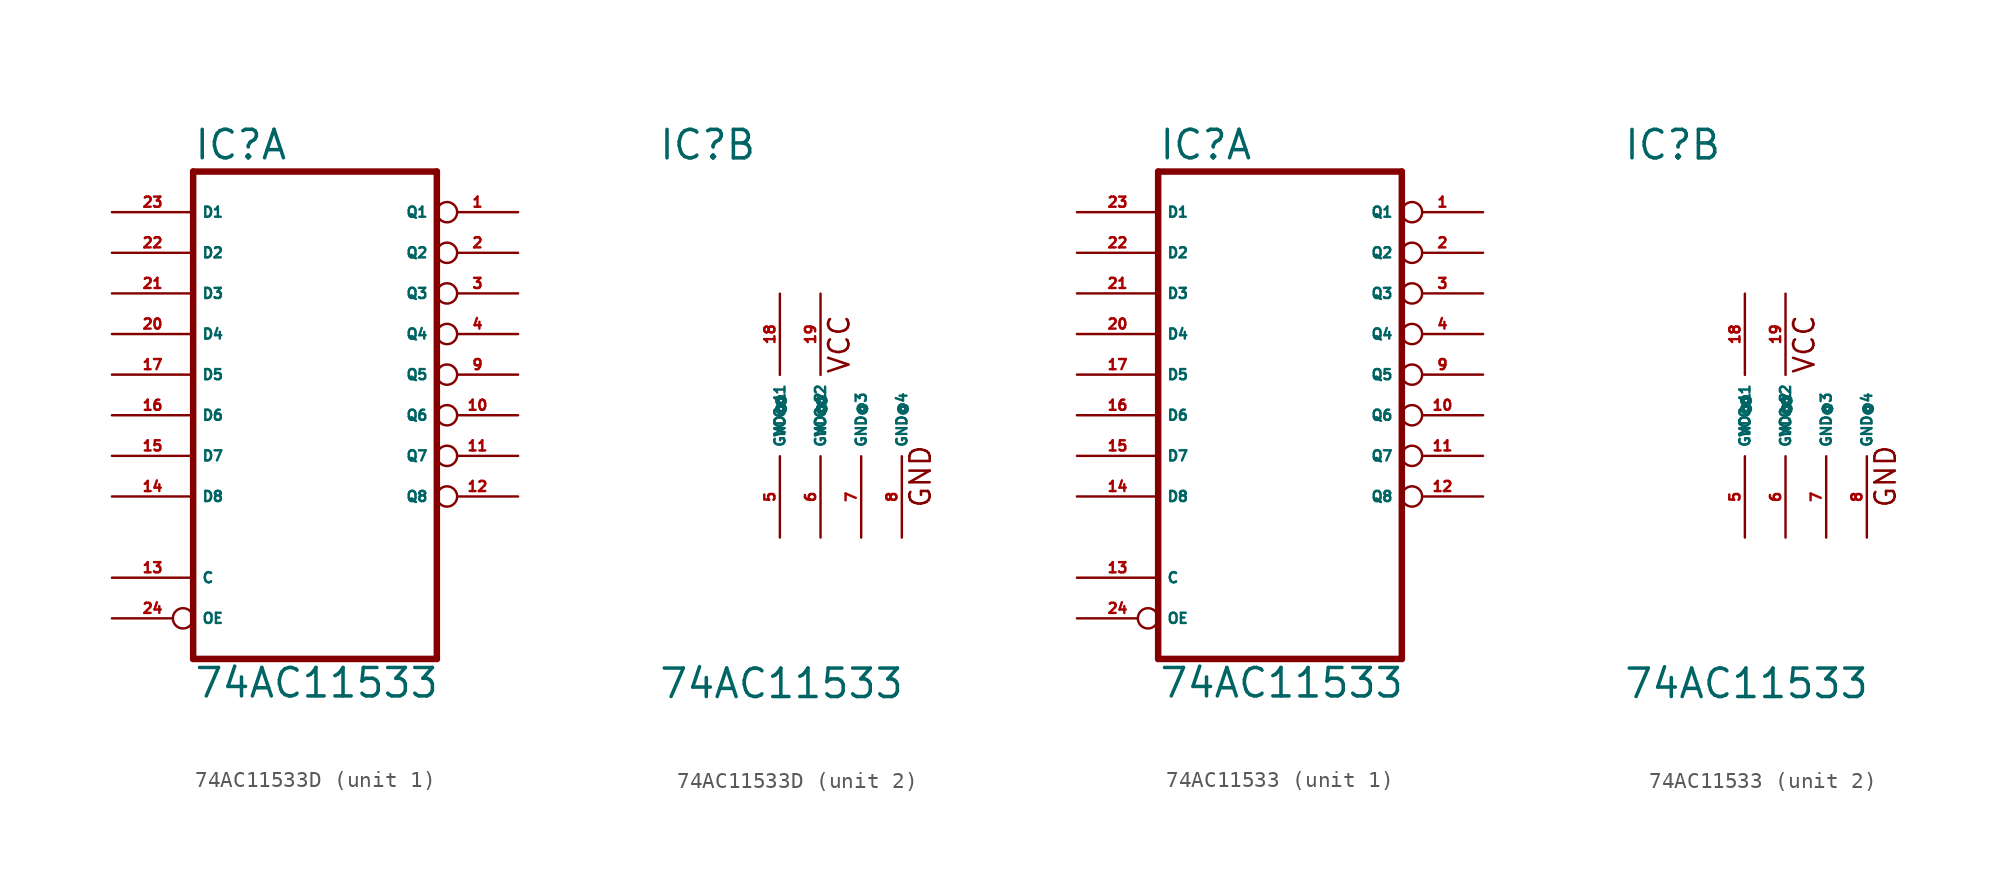
<source format=kicad_sym>
(kicad_symbol_lib
  (version 20220914)
  (generator Eagle2Kicad)
  (symbol "74AC11533D"
    (property "Reference" "IC"
      (at -7.62 15.875 0)
      (effects (font (size 1.778 1.778) (thickness 0.22)) (justify left bottom)))
    (property "Value" "74AC11533"
      (at -7.62 -17.78 0)
      (effects (font (size 1.778 1.778) (thickness 0.22)) (justify left bottom)))
    (symbol "74AC11533D_1_0"
      (polyline (pts (xy -7.62 -15.24) (xy 7.62 -15.24)) (stroke (width 0.406) (type default)) (fill (type none)))
      (polyline (pts (xy 7.62 -15.24) (xy 7.62 15.24)) (stroke (width 0.406) (type default)) (fill (type none)))
      (polyline (pts (xy 7.62 15.24) (xy -7.62 15.24)) (stroke (width 0.406) (type default)) (fill (type none)))
      (polyline (pts (xy -7.62 15.24) (xy -7.62 -15.24)) (stroke (width 0.406) (type default)) (fill (type none)))
      (pin tri_state inverted (at 12.7 12.7 180) (length 5.08) (name "Q1" (effects (font (size 0.635 0.635) (thickness 0.08)) (justify left bottom))) (number "1" (effects (font (size 0.635 0.635) (thickness 0.08)) (justify left bottom))))
      (pin tri_state inverted (at 12.7 10.16 180) (length 5.08) (name "Q2" (effects (font (size 0.635 0.635) (thickness 0.08)) (justify left bottom))) (number "2" (effects (font (size 0.635 0.635) (thickness 0.08)) (justify left bottom))))
      (pin tri_state inverted (at 12.7 7.62 180) (length 5.08) (name "Q3" (effects (font (size 0.635 0.635) (thickness 0.08)) (justify left bottom))) (number "3" (effects (font (size 0.635 0.635) (thickness 0.08)) (justify left bottom))))
      (pin tri_state inverted (at 12.7 5.08 180) (length 5.08) (name "Q4" (effects (font (size 0.635 0.635) (thickness 0.08)) (justify left bottom))) (number "4" (effects (font (size 0.635 0.635) (thickness 0.08)) (justify left bottom))))
      (pin tri_state inverted (at 12.7 2.54 180) (length 5.08) (name "Q5" (effects (font (size 0.635 0.635) (thickness 0.08)) (justify left bottom))) (number "9" (effects (font (size 0.635 0.635) (thickness 0.08)) (justify left bottom))))
      (pin tri_state inverted (at 12.7 0 180) (length 5.08) (name "Q6" (effects (font (size 0.635 0.635) (thickness 0.08)) (justify left bottom))) (number "10" (effects (font (size 0.635 0.635) (thickness 0.08)) (justify left bottom))))
      (pin tri_state inverted (at 12.7 -2.54 180) (length 5.08) (name "Q7" (effects (font (size 0.635 0.635) (thickness 0.08)) (justify left bottom))) (number "11" (effects (font (size 0.635 0.635) (thickness 0.08)) (justify left bottom))))
      (pin tri_state inverted (at 12.7 -5.08 180) (length 5.08) (name "Q8" (effects (font (size 0.635 0.635) (thickness 0.08)) (justify left bottom))) (number "12" (effects (font (size 0.635 0.635) (thickness 0.08)) (justify left bottom))))
      (pin input line (at -12.7 -10.16 0) (length 5.08) (name "C" (effects (font (size 0.635 0.635) (thickness 0.08)) (justify left bottom))) (number "13" (effects (font (size 0.635 0.635) (thickness 0.08)) (justify left bottom))))
      (pin input line (at -12.7 -5.08 0) (length 5.08) (name "D8" (effects (font (size 0.635 0.635) (thickness 0.08)) (justify left bottom))) (number "14" (effects (font (size 0.635 0.635) (thickness 0.08)) (justify left bottom))))
      (pin input line (at -12.7 -2.54 0) (length 5.08) (name "D7" (effects (font (size 0.635 0.635) (thickness 0.08)) (justify left bottom))) (number "15" (effects (font (size 0.635 0.635) (thickness 0.08)) (justify left bottom))))
      (pin input line (at -12.7 0 0) (length 5.08) (name "D6" (effects (font (size 0.635 0.635) (thickness 0.08)) (justify left bottom))) (number "16" (effects (font (size 0.635 0.635) (thickness 0.08)) (justify left bottom))))
      (pin input line (at -12.7 2.54 0) (length 5.08) (name "D5" (effects (font (size 0.635 0.635) (thickness 0.08)) (justify left bottom))) (number "17" (effects (font (size 0.635 0.635) (thickness 0.08)) (justify left bottom))))
      (pin input line (at -12.7 5.08 0) (length 5.08) (name "D4" (effects (font (size 0.635 0.635) (thickness 0.08)) (justify left bottom))) (number "20" (effects (font (size 0.635 0.635) (thickness 0.08)) (justify left bottom))))
      (pin input line (at -12.7 7.62 0) (length 5.08) (name "D3" (effects (font (size 0.635 0.635) (thickness 0.08)) (justify left bottom))) (number "21" (effects (font (size 0.635 0.635) (thickness 0.08)) (justify left bottom))))
      (pin input line (at -12.7 10.16 0) (length 5.08) (name "D2" (effects (font (size 0.635 0.635) (thickness 0.08)) (justify left bottom))) (number "22" (effects (font (size 0.635 0.635) (thickness 0.08)) (justify left bottom))))
      (pin input line (at -12.7 12.7 0) (length 5.08) (name "D1" (effects (font (size 0.635 0.635) (thickness 0.08)) (justify left bottom))) (number "23" (effects (font (size 0.635 0.635) (thickness 0.08)) (justify left bottom))))
      (pin input inverted (at -12.7 -12.7 0) (length 5.08) (name "OE" (effects (font (size 0.635 0.635) (thickness 0.08)) (justify left bottom))) (number "24" (effects (font (size 0.635 0.635) (thickness 0.08)) (justify left bottom)))))
    (symbol "74AC11533D_2_0"
      (text "VCC" (at 4.445 2.54 900) (effects (font (size 1.27 1.27) (thickness 0.16)) (justify left bottom)))
      (text "GND" (at 9.525 -5.842 900) (effects (font (size 1.27 1.27) (thickness 0.16)) (justify left bottom)))
      (pin unspecified line (at 0 -7.62 90) (length 5.08) (name "GND@1" (effects (font (size 0.635 0.635) (thickness 0.08)) (justify left bottom))) (number "5" (effects (font (size 0.635 0.635) (thickness 0.08)) (justify left bottom))))
      (pin unspecified line (at 2.54 -7.62 90) (length 5.08) (name "GND@2" (effects (font (size 0.635 0.635) (thickness 0.08)) (justify left bottom))) (number "6" (effects (font (size 0.635 0.635) (thickness 0.08)) (justify left bottom))))
      (pin unspecified line (at 5.08 -7.62 90) (length 5.08) (name "GND@3" (effects (font (size 0.635 0.635) (thickness 0.08)) (justify left bottom))) (number "7" (effects (font (size 0.635 0.635) (thickness 0.08)) (justify left bottom))))
      (pin unspecified line (at 7.62 -7.62 90) (length 5.08) (name "GND@4" (effects (font (size 0.635 0.635) (thickness 0.08)) (justify left bottom))) (number "8" (effects (font (size 0.635 0.635) (thickness 0.08)) (justify left bottom))))
      (pin unspecified line (at 0 7.62 270) (length 5.08) (name "VCC@1" (effects (font (size 0.635 0.635) (thickness 0.08)) (justify left bottom))) (number "18" (effects (font (size 0.635 0.635) (thickness 0.08)) (justify left bottom))))
      (pin unspecified line (at 2.54 7.62 270) (length 5.08) (name "VCC@2" (effects (font (size 0.635 0.635) (thickness 0.08)) (justify left bottom))) (number "19" (effects (font (size 0.635 0.635) (thickness 0.08)) (justify left bottom))))))
  (symbol "74AC11533"
    (property "Reference" "IC"
      (at -7.62 15.875 0)
      (effects (font (size 1.778 1.778) (thickness 0.22)) (justify left bottom)))
    (property "Value" "74AC11533"
      (at -7.62 -17.78 0)
      (effects (font (size 1.778 1.778) (thickness 0.22)) (justify left bottom)))
    (symbol "74AC11533_1_0"
      (polyline (pts (xy -7.62 -15.24) (xy 7.62 -15.24)) (stroke (width 0.406) (type default)) (fill (type none)))
      (polyline (pts (xy 7.62 -15.24) (xy 7.62 15.24)) (stroke (width 0.406) (type default)) (fill (type none)))
      (polyline (pts (xy 7.62 15.24) (xy -7.62 15.24)) (stroke (width 0.406) (type default)) (fill (type none)))
      (polyline (pts (xy -7.62 15.24) (xy -7.62 -15.24)) (stroke (width 0.406) (type default)) (fill (type none)))
      (pin tri_state inverted (at 12.7 12.7 180) (length 5.08) (name "Q1" (effects (font (size 0.635 0.635) (thickness 0.08)) (justify left bottom))) (number "1" (effects (font (size 0.635 0.635) (thickness 0.08)) (justify left bottom))))
      (pin tri_state inverted (at 12.7 10.16 180) (length 5.08) (name "Q2" (effects (font (size 0.635 0.635) (thickness 0.08)) (justify left bottom))) (number "2" (effects (font (size 0.635 0.635) (thickness 0.08)) (justify left bottom))))
      (pin tri_state inverted (at 12.7 7.62 180) (length 5.08) (name "Q3" (effects (font (size 0.635 0.635) (thickness 0.08)) (justify left bottom))) (number "3" (effects (font (size 0.635 0.635) (thickness 0.08)) (justify left bottom))))
      (pin tri_state inverted (at 12.7 5.08 180) (length 5.08) (name "Q4" (effects (font (size 0.635 0.635) (thickness 0.08)) (justify left bottom))) (number "4" (effects (font (size 0.635 0.635) (thickness 0.08)) (justify left bottom))))
      (pin tri_state inverted (at 12.7 2.54 180) (length 5.08) (name "Q5" (effects (font (size 0.635 0.635) (thickness 0.08)) (justify left bottom))) (number "9" (effects (font (size 0.635 0.635) (thickness 0.08)) (justify left bottom))))
      (pin tri_state inverted (at 12.7 0 180) (length 5.08) (name "Q6" (effects (font (size 0.635 0.635) (thickness 0.08)) (justify left bottom))) (number "10" (effects (font (size 0.635 0.635) (thickness 0.08)) (justify left bottom))))
      (pin tri_state inverted (at 12.7 -2.54 180) (length 5.08) (name "Q7" (effects (font (size 0.635 0.635) (thickness 0.08)) (justify left bottom))) (number "11" (effects (font (size 0.635 0.635) (thickness 0.08)) (justify left bottom))))
      (pin tri_state inverted (at 12.7 -5.08 180) (length 5.08) (name "Q8" (effects (font (size 0.635 0.635) (thickness 0.08)) (justify left bottom))) (number "12" (effects (font (size 0.635 0.635) (thickness 0.08)) (justify left bottom))))
      (pin input line (at -12.7 -10.16 0) (length 5.08) (name "C" (effects (font (size 0.635 0.635) (thickness 0.08)) (justify left bottom))) (number "13" (effects (font (size 0.635 0.635) (thickness 0.08)) (justify left bottom))))
      (pin input line (at -12.7 -5.08 0) (length 5.08) (name "D8" (effects (font (size 0.635 0.635) (thickness 0.08)) (justify left bottom))) (number "14" (effects (font (size 0.635 0.635) (thickness 0.08)) (justify left bottom))))
      (pin input line (at -12.7 -2.54 0) (length 5.08) (name "D7" (effects (font (size 0.635 0.635) (thickness 0.08)) (justify left bottom))) (number "15" (effects (font (size 0.635 0.635) (thickness 0.08)) (justify left bottom))))
      (pin input line (at -12.7 0 0) (length 5.08) (name "D6" (effects (font (size 0.635 0.635) (thickness 0.08)) (justify left bottom))) (number "16" (effects (font (size 0.635 0.635) (thickness 0.08)) (justify left bottom))))
      (pin input line (at -12.7 2.54 0) (length 5.08) (name "D5" (effects (font (size 0.635 0.635) (thickness 0.08)) (justify left bottom))) (number "17" (effects (font (size 0.635 0.635) (thickness 0.08)) (justify left bottom))))
      (pin input line (at -12.7 5.08 0) (length 5.08) (name "D4" (effects (font (size 0.635 0.635) (thickness 0.08)) (justify left bottom))) (number "20" (effects (font (size 0.635 0.635) (thickness 0.08)) (justify left bottom))))
      (pin input line (at -12.7 7.62 0) (length 5.08) (name "D3" (effects (font (size 0.635 0.635) (thickness 0.08)) (justify left bottom))) (number "21" (effects (font (size 0.635 0.635) (thickness 0.08)) (justify left bottom))))
      (pin input line (at -12.7 10.16 0) (length 5.08) (name "D2" (effects (font (size 0.635 0.635) (thickness 0.08)) (justify left bottom))) (number "22" (effects (font (size 0.635 0.635) (thickness 0.08)) (justify left bottom))))
      (pin input line (at -12.7 12.7 0) (length 5.08) (name "D1" (effects (font (size 0.635 0.635) (thickness 0.08)) (justify left bottom))) (number "23" (effects (font (size 0.635 0.635) (thickness 0.08)) (justify left bottom))))
      (pin input inverted (at -12.7 -12.7 0) (length 5.08) (name "OE" (effects (font (size 0.635 0.635) (thickness 0.08)) (justify left bottom))) (number "24" (effects (font (size 0.635 0.635) (thickness 0.08)) (justify left bottom)))))
    (symbol "74AC11533_2_0"
      (text "VCC" (at 4.445 2.54 900) (effects (font (size 1.27 1.27) (thickness 0.16)) (justify left bottom)))
      (text "GND" (at 9.525 -5.842 900) (effects (font (size 1.27 1.27) (thickness 0.16)) (justify left bottom)))
      (pin unspecified line (at 0 -7.62 90) (length 5.08) (name "GND@1" (effects (font (size 0.635 0.635) (thickness 0.08)) (justify left bottom))) (number "5" (effects (font (size 0.635 0.635) (thickness 0.08)) (justify left bottom))))
      (pin unspecified line (at 2.54 -7.62 90) (length 5.08) (name "GND@2" (effects (font (size 0.635 0.635) (thickness 0.08)) (justify left bottom))) (number "6" (effects (font (size 0.635 0.635) (thickness 0.08)) (justify left bottom))))
      (pin unspecified line (at 5.08 -7.62 90) (length 5.08) (name "GND@3" (effects (font (size 0.635 0.635) (thickness 0.08)) (justify left bottom))) (number "7" (effects (font (size 0.635 0.635) (thickness 0.08)) (justify left bottom))))
      (pin unspecified line (at 7.62 -7.62 90) (length 5.08) (name "GND@4" (effects (font (size 0.635 0.635) (thickness 0.08)) (justify left bottom))) (number "8" (effects (font (size 0.635 0.635) (thickness 0.08)) (justify left bottom))))
      (pin unspecified line (at 0 7.62 270) (length 5.08) (name "VCC@1" (effects (font (size 0.635 0.635) (thickness 0.08)) (justify left bottom))) (number "18" (effects (font (size 0.635 0.635) (thickness 0.08)) (justify left bottom))))
      (pin unspecified line (at 2.54 7.62 270) (length 5.08) (name "VCC@2" (effects (font (size 0.635 0.635) (thickness 0.08)) (justify left bottom))) (number "19" (effects (font (size 0.635 0.635) (thickness 0.08)) (justify left bottom)))))))
</source>
